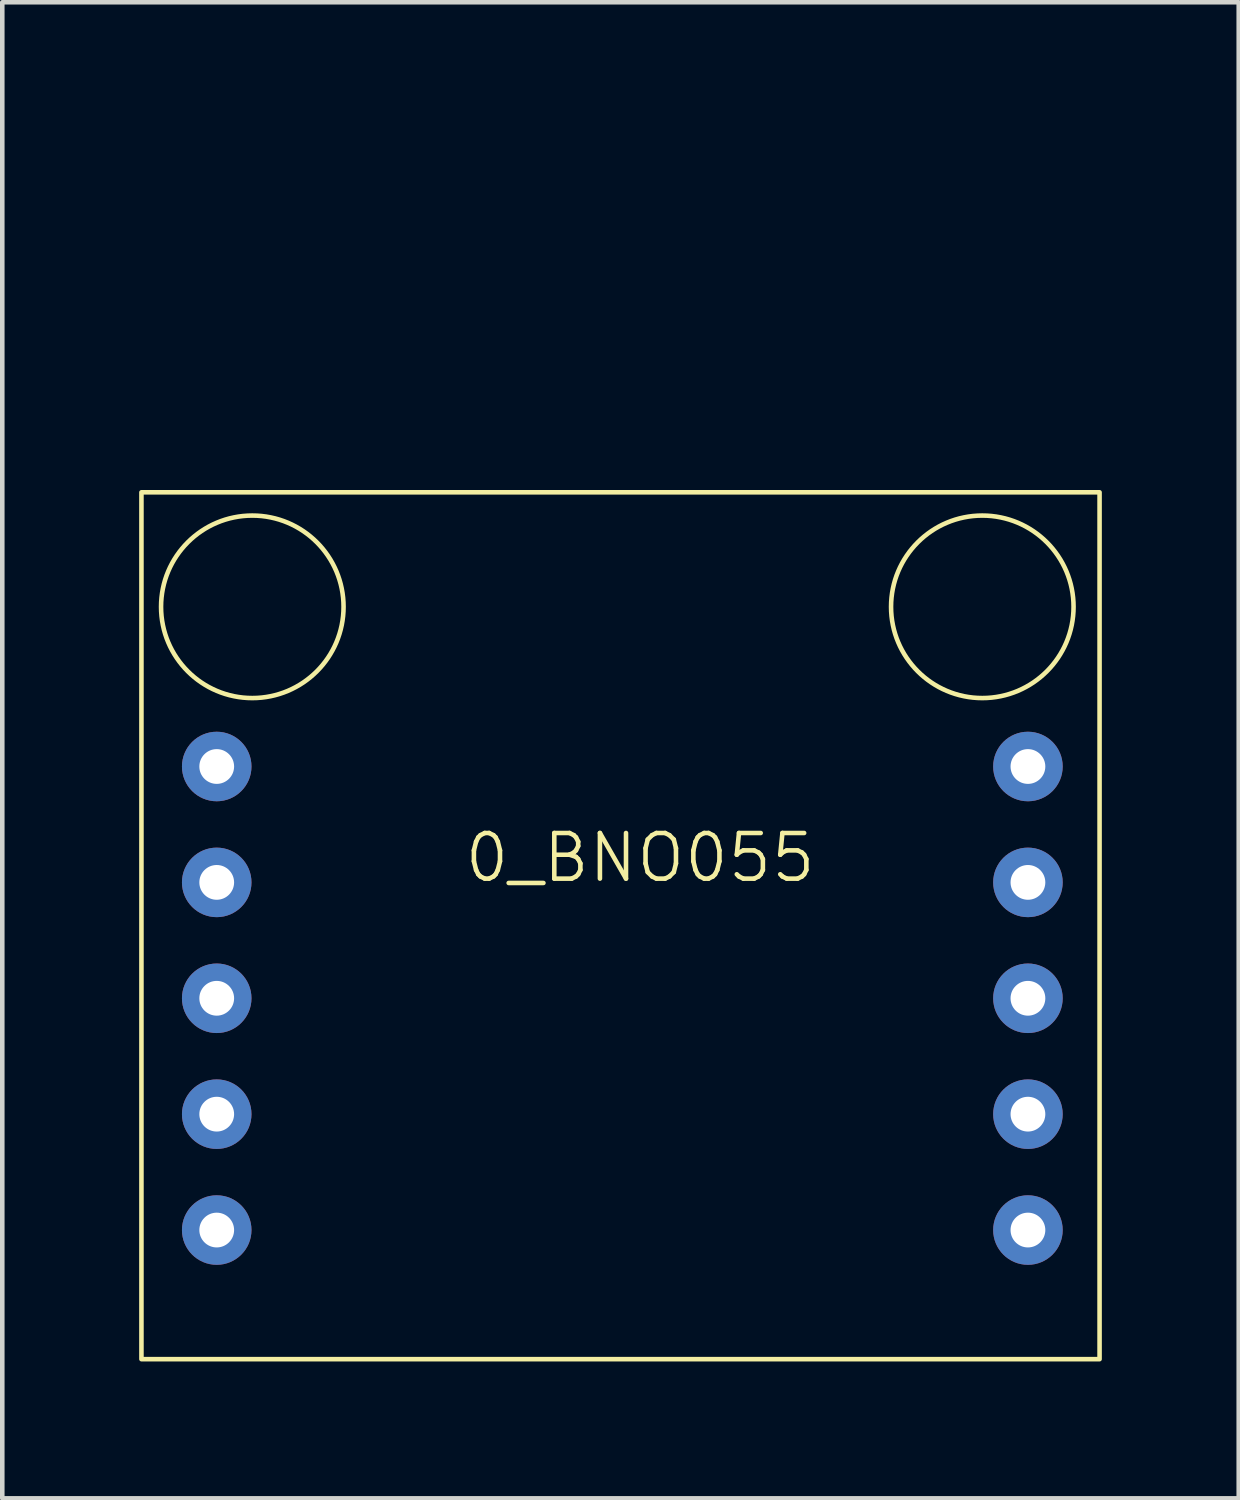
<source format=kicad_pcb>
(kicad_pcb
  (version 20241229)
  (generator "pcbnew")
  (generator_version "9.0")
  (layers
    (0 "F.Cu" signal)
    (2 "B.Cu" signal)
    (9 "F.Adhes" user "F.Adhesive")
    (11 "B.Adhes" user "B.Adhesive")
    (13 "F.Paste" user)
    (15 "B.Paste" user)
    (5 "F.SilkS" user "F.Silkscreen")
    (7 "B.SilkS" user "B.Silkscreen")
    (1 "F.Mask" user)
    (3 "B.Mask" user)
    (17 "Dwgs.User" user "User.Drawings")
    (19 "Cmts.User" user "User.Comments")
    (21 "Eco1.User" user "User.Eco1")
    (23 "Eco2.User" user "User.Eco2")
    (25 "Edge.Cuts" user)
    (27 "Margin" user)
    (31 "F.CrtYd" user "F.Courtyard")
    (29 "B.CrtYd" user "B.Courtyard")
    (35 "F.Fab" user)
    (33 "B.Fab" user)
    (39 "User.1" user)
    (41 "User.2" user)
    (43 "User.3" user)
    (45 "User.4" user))
  (footprint "0_BNO055"
    (layer "F.Cu")
    (at 11.48 0.25)
    (property "Reference" "0_BNO055" (at -0.5 15.5 0) (unlocked yes) (layer "F.SilkS") (effects (font (size 1 1) (thickness 0.1))))
    (attr through_hole)
    (fp_rect (start -11.43 7.49) (end 9.57 26.49) (stroke (width 0.1) (type default)) (fill no) (layer "F.SilkS"))
    (fp_circle (center -9 10) (end -7 10) (stroke (width 0.1) (type default)) (fill no) (layer "F.SilkS"))
    (fp_circle (center 7 10) (end 9 10) (stroke (width 0.1) (type default)) (fill no) (layer "F.SilkS"))
    (pad "1" thru_hole circle (at 8 13.5) (size 1.524 1.524) (drill 0.762) (layers "*.Cu" "*.Mask"))
    (pad "2" thru_hole circle (at 8 16.04) (size 1.524 1.524) (drill 0.762) (layers "*.Cu" "*.Mask"))
    (pad "3" thru_hole circle (at 8 18.58) (size 1.524 1.524) (drill 0.762) (layers "*.Cu" "*.Mask"))
    (pad "4" thru_hole circle (at 8 21.12) (size 1.524 1.524) (drill 0.762) (layers "*.Cu" "*.Mask"))
    (pad "5" thru_hole circle (at 8 23.66) (size 1.524 1.524) (drill 0.762) (layers "*.Cu" "*.Mask"))
    (pad "6" thru_hole circle (at -9.78 13.5) (size 1.524 1.524) (drill 0.762) (layers "*.Cu" "*.Mask"))
    (pad "7" thru_hole circle (at -9.78 16.04) (size 1.524 1.524) (drill 0.762) (layers "*.Cu" "*.Mask"))
    (pad "8" thru_hole circle (at -9.78 18.58) (size 1.524 1.524) (drill 0.762) (layers "*.Cu" "*.Mask"))
    (pad "9" thru_hole circle (at -9.78 21.12) (size 1.524 1.524) (drill 0.762) (layers "*.Cu" "*.Mask"))
    (pad "10" thru_hole circle (at -9.78 23.66) (size 1.524 1.524) (drill 0.762) (layers "*.Cu" "*.Mask")))
  (gr_rect
    (start -3 -3)
    (end 24.1 29.79)
    (stroke (width 0.1) (type default))
    (fill no)
    (layer "Edge.Cuts")))
</source>
